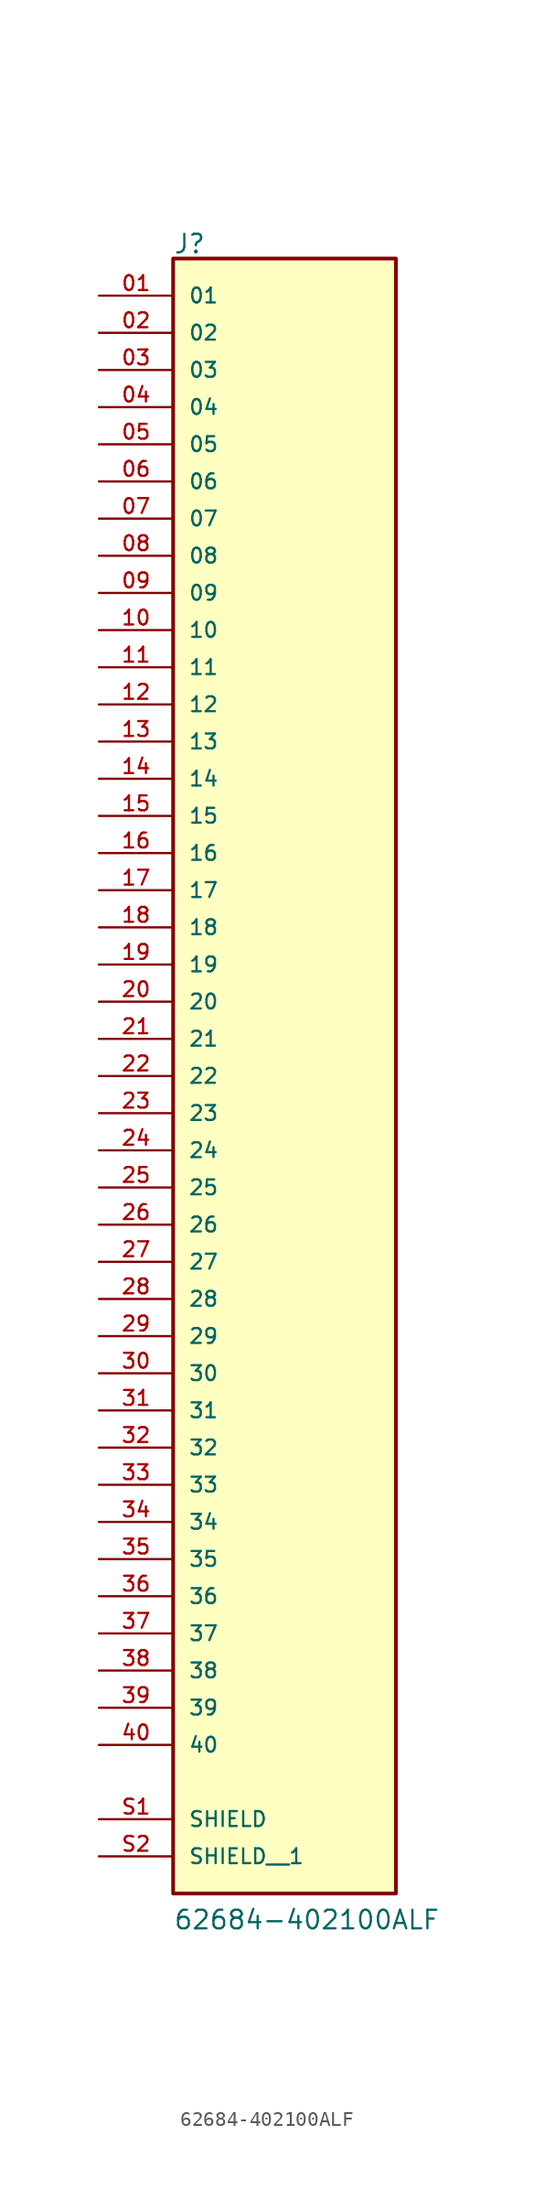
<source format=kicad_sym>
(kicad_symbol_lib
  (version 20241209)
  (generator "kicad_symbol_editor")
  (generator_version "9.0")
  (symbol "62684-402100ALF"
    (pin_names
      (offset 1.016))
    (property "Reference" "J"
      (at -7.62 56.134 0)
      (effects (font (size 1.27 1.27)) (justify left bottom)))
    (property "Value" "62684-402100ALF"
      (at -7.62 -58.42 0)
      (effects (font (size 1.27 1.27)) (justify left bottom)))
    (symbol "62684-402100ALF_0_0"
      (rectangle (start -7.62 -55.88) (end 7.62 55.88) (stroke (width 0.254) (type default)) (fill (type background)))
      (pin passive line (at -12.7 53.34 0) (length 5.08) (name "01" (effects (font (size 1.016 1.016)))) (number "01" (effects (font (size 1.016 1.016)))))
      (pin passive line (at -12.7 50.8 0) (length 5.08) (name "02" (effects (font (size 1.016 1.016)))) (number "02" (effects (font (size 1.016 1.016)))))
      (pin passive line (at -12.7 48.26 0) (length 5.08) (name "03" (effects (font (size 1.016 1.016)))) (number "03" (effects (font (size 1.016 1.016)))))
      (pin passive line (at -12.7 45.72 0) (length 5.08) (name "04" (effects (font (size 1.016 1.016)))) (number "04" (effects (font (size 1.016 1.016)))))
      (pin passive line (at -12.7 43.18 0) (length 5.08) (name "05" (effects (font (size 1.016 1.016)))) (number "05" (effects (font (size 1.016 1.016)))))
      (pin passive line (at -12.7 40.64 0) (length 5.08) (name "06" (effects (font (size 1.016 1.016)))) (number "06" (effects (font (size 1.016 1.016)))))
      (pin passive line (at -12.7 38.1 0) (length 5.08) (name "07" (effects (font (size 1.016 1.016)))) (number "07" (effects (font (size 1.016 1.016)))))
      (pin passive line (at -12.7 35.56 0) (length 5.08) (name "08" (effects (font (size 1.016 1.016)))) (number "08" (effects (font (size 1.016 1.016)))))
      (pin passive line (at -12.7 33.02 0) (length 5.08) (name "09" (effects (font (size 1.016 1.016)))) (number "09" (effects (font (size 1.016 1.016)))))
      (pin passive line (at -12.7 30.48 0) (length 5.08) (name "10" (effects (font (size 1.016 1.016)))) (number "10" (effects (font (size 1.016 1.016)))))
      (pin passive line (at -12.7 27.94 0) (length 5.08) (name "11" (effects (font (size 1.016 1.016)))) (number "11" (effects (font (size 1.016 1.016)))))
      (pin passive line (at -12.7 25.4 0) (length 5.08) (name "12" (effects (font (size 1.016 1.016)))) (number "12" (effects (font (size 1.016 1.016)))))
      (pin passive line (at -12.7 22.86 0) (length 5.08) (name "13" (effects (font (size 1.016 1.016)))) (number "13" (effects (font (size 1.016 1.016)))))
      (pin passive line (at -12.7 20.32 0) (length 5.08) (name "14" (effects (font (size 1.016 1.016)))) (number "14" (effects (font (size 1.016 1.016)))))
      (pin passive line (at -12.7 17.78 0) (length 5.08) (name "15" (effects (font (size 1.016 1.016)))) (number "15" (effects (font (size 1.016 1.016)))))
      (pin passive line (at -12.7 15.24 0) (length 5.08) (name "16" (effects (font (size 1.016 1.016)))) (number "16" (effects (font (size 1.016 1.016)))))
      (pin passive line (at -12.7 12.7 0) (length 5.08) (name "17" (effects (font (size 1.016 1.016)))) (number "17" (effects (font (size 1.016 1.016)))))
      (pin passive line (at -12.7 10.16 0) (length 5.08) (name "18" (effects (font (size 1.016 1.016)))) (number "18" (effects (font (size 1.016 1.016)))))
      (pin passive line (at -12.7 7.62 0) (length 5.08) (name "19" (effects (font (size 1.016 1.016)))) (number "19" (effects (font (size 1.016 1.016)))))
      (pin passive line (at -12.7 5.08 0) (length 5.08) (name "20" (effects (font (size 1.016 1.016)))) (number "20" (effects (font (size 1.016 1.016)))))
      (pin passive line (at -12.7 2.54 0) (length 5.08) (name "21" (effects (font (size 1.016 1.016)))) (number "21" (effects (font (size 1.016 1.016)))))
      (pin passive line (at -12.7 0 0) (length 5.08) (name "22" (effects (font (size 1.016 1.016)))) (number "22" (effects (font (size 1.016 1.016)))))
      (pin passive line (at -12.7 -2.54 0) (length 5.08) (name "23" (effects (font (size 1.016 1.016)))) (number "23" (effects (font (size 1.016 1.016)))))
      (pin passive line (at -12.7 -5.08 0) (length 5.08) (name "24" (effects (font (size 1.016 1.016)))) (number "24" (effects (font (size 1.016 1.016)))))
      (pin passive line (at -12.7 -7.62 0) (length 5.08) (name "25" (effects (font (size 1.016 1.016)))) (number "25" (effects (font (size 1.016 1.016)))))
      (pin passive line (at -12.7 -10.16 0) (length 5.08) (name "26" (effects (font (size 1.016 1.016)))) (number "26" (effects (font (size 1.016 1.016)))))
      (pin passive line (at -12.7 -12.7 0) (length 5.08) (name "27" (effects (font (size 1.016 1.016)))) (number "27" (effects (font (size 1.016 1.016)))))
      (pin passive line (at -12.7 -15.24 0) (length 5.08) (name "28" (effects (font (size 1.016 1.016)))) (number "28" (effects (font (size 1.016 1.016)))))
      (pin passive line (at -12.7 -17.78 0) (length 5.08) (name "29" (effects (font (size 1.016 1.016)))) (number "29" (effects (font (size 1.016 1.016)))))
      (pin passive line (at -12.7 -20.32 0) (length 5.08) (name "30" (effects (font (size 1.016 1.016)))) (number "30" (effects (font (size 1.016 1.016)))))
      (pin passive line (at -12.7 -22.86 0) (length 5.08) (name "31" (effects (font (size 1.016 1.016)))) (number "31" (effects (font (size 1.016 1.016)))))
      (pin passive line (at -12.7 -25.4 0) (length 5.08) (name "32" (effects (font (size 1.016 1.016)))) (number "32" (effects (font (size 1.016 1.016)))))
      (pin passive line (at -12.7 -27.94 0) (length 5.08) (name "33" (effects (font (size 1.016 1.016)))) (number "33" (effects (font (size 1.016 1.016)))))
      (pin passive line (at -12.7 -30.48 0) (length 5.08) (name "34" (effects (font (size 1.016 1.016)))) (number "34" (effects (font (size 1.016 1.016)))))
      (pin passive line (at -12.7 -33.02 0) (length 5.08) (name "35" (effects (font (size 1.016 1.016)))) (number "35" (effects (font (size 1.016 1.016)))))
      (pin passive line (at -12.7 -35.56 0) (length 5.08) (name "36" (effects (font (size 1.016 1.016)))) (number "36" (effects (font (size 1.016 1.016)))))
      (pin passive line (at -12.7 -38.1 0) (length 5.08) (name "37" (effects (font (size 1.016 1.016)))) (number "37" (effects (font (size 1.016 1.016)))))
      (pin passive line (at -12.7 -40.64 0) (length 5.08) (name "38" (effects (font (size 1.016 1.016)))) (number "38" (effects (font (size 1.016 1.016)))))
      (pin passive line (at -12.7 -43.18 0) (length 5.08) (name "39" (effects (font (size 1.016 1.016)))) (number "39" (effects (font (size 1.016 1.016)))))
      (pin passive line (at -12.7 -45.72 0) (length 5.08) (name "40" (effects (font (size 1.016 1.016)))) (number "40" (effects (font (size 1.016 1.016)))))
      (pin passive line (at -12.7 -50.8 0) (length 5.08) (name "SHIELD" (effects (font (size 1.016 1.016)))) (number "S1" (effects (font (size 1.016 1.016)))))
      (pin passive line (at -12.7 -53.34 0) (length 5.08) (name "SHIELD__1" (effects (font (size 1.016 1.016)))) (number "S2" (effects (font (size 1.016 1.016))))))))
</source>
